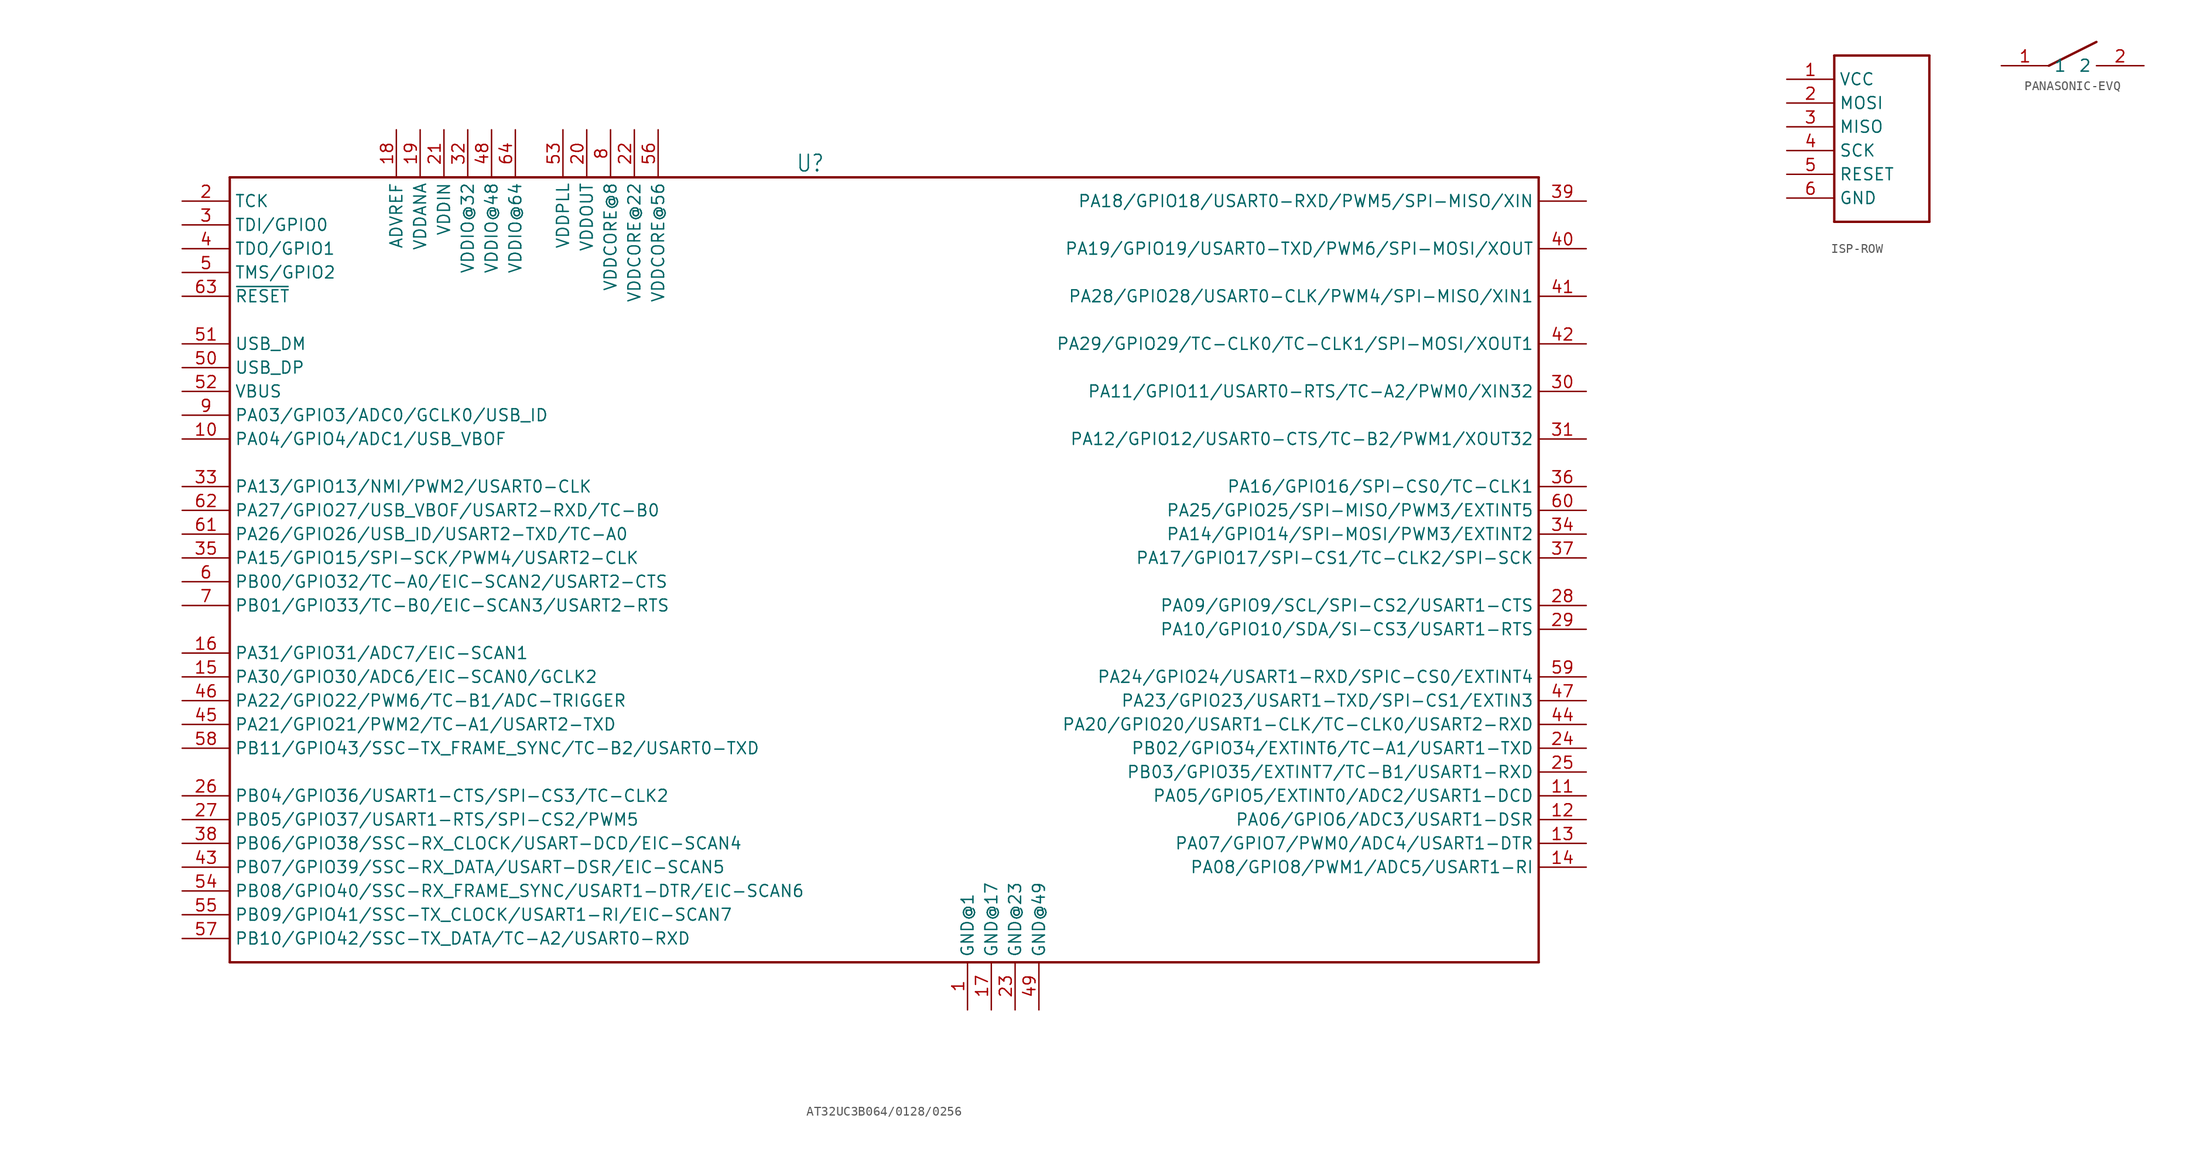
<source format=kicad_sym>
(kicad_symbol_lib
  (version 20231120)
  (generator "kicad_symbol_editor")
  (generator_version "8.0")
  (symbol "AT32UC3B064/0128/0256"
    (property "Reference" "U"
      (at -2.54 55.88 0)
      (effects (font (size 1.778 1.511)) (justify right top)))
    (property "Value" ""
      (at -10.16 -33.02 0)
      (effects (font (size 1.778 1.511)) (justify left bottom)))
    (property "ki_locked" ""
      (at 0 0 0)
      (effects (font (size 1.27 1.27))))
    (symbol "AT32UC3B064/0128/0256_1_0"
      (polyline (pts (xy -66.04 -30.48) (xy -66.04 53.34)) (stroke (width 0.254) (type solid)) (fill (type none)))
      (polyline (pts (xy -66.04 53.34) (xy 73.66 53.34)) (stroke (width 0.254) (type solid)) (fill (type none)))
      (polyline (pts (xy 73.66 -30.48) (xy -66.04 -30.48)) (stroke (width 0.254) (type solid)) (fill (type none)))
      (polyline (pts (xy 73.66 53.34) (xy 73.66 -30.48)) (stroke (width 0.254) (type solid)) (fill (type none)))
      (pin power_in line (at 12.7 -35.56 90) (length 5.08) (name "GND@1" (effects (font (size 1.27 1.27)))) (number "1" (effects (font (size 1.27 1.27)))))
      (pin bidirectional line (at -71.12 25.4 0) (length 5.08) (name "PA04/GPIO4/ADC1/USB_VBOF" (effects (font (size 1.27 1.27)))) (number "10" (effects (font (size 1.27 1.27)))))
      (pin bidirectional line (at 78.74 -12.7 180) (length 5.08) (name "PA05/GPIO5/EXTINT0/ADC2/USART1-DCD" (effects (font (size 1.27 1.27)))) (number "11" (effects (font (size 1.27 1.27)))))
      (pin input line (at 78.74 -15.24 180) (length 5.08) (name "PA06/GPIO6/ADC3/USART1-DSR" (effects (font (size 1.27 1.27)))) (number "12" (effects (font (size 1.27 1.27)))))
      (pin input line (at 78.74 -17.78 180) (length 5.08) (name "PA07/GPIO7/PWM0/ADC4/USART1-DTR" (effects (font (size 1.27 1.27)))) (number "13" (effects (font (size 1.27 1.27)))))
      (pin input line (at 78.74 -20.32 180) (length 5.08) (name "PA08/GPIO8/PWM1/ADC5/USART1-RI" (effects (font (size 1.27 1.27)))) (number "14" (effects (font (size 1.27 1.27)))))
      (pin input line (at -71.12 0 0) (length 5.08) (name "PA30/GPIO30/ADC6/EIC-SCAN0/GCLK2" (effects (font (size 1.27 1.27)))) (number "15" (effects (font (size 1.27 1.27)))))
      (pin bidirectional line (at -71.12 2.54 0) (length 5.08) (name "PA31/GPIO31/ADC7/EIC-SCAN1" (effects (font (size 1.27 1.27)))) (number "16" (effects (font (size 1.27 1.27)))))
      (pin power_in line (at 15.24 -35.56 90) (length 5.08) (name "GND@17" (effects (font (size 1.27 1.27)))) (number "17" (effects (font (size 1.27 1.27)))))
      (pin power_in line (at -48.26 58.42 270) (length 5.08) (name "ADVREF" (effects (font (size 1.27 1.27)))) (number "18" (effects (font (size 1.27 1.27)))))
      (pin power_in line (at -45.72 58.42 270) (length 5.08) (name "VDDANA" (effects (font (size 1.27 1.27)))) (number "19" (effects (font (size 1.27 1.27)))))
      (pin input line (at -71.12 50.8 0) (length 5.08) (name "TCK" (effects (font (size 1.27 1.27)))) (number "2" (effects (font (size 1.27 1.27)))))
      (pin power_in line (at -27.94 58.42 270) (length 5.08) (name "VDDOUT" (effects (font (size 1.27 1.27)))) (number "20" (effects (font (size 1.27 1.27)))))
      (pin power_in line (at -43.18 58.42 270) (length 5.08) (name "VDDIN" (effects (font (size 1.27 1.27)))) (number "21" (effects (font (size 1.27 1.27)))))
      (pin power_in line (at -22.86 58.42 270) (length 5.08) (name "VDDCORE@22" (effects (font (size 1.27 1.27)))) (number "22" (effects (font (size 1.27 1.27)))))
      (pin power_in line (at 17.78 -35.56 90) (length 5.08) (name "GND@23" (effects (font (size 1.27 1.27)))) (number "23" (effects (font (size 1.27 1.27)))))
      (pin bidirectional line (at 78.74 -7.62 180) (length 5.08) (name "PB02/GPIO34/EXTINT6/TC-A1/USART1-TXD" (effects (font (size 1.27 1.27)))) (number "24" (effects (font (size 1.27 1.27)))))
      (pin bidirectional line (at 78.74 -10.16 180) (length 5.08) (name "PB03/GPIO35/EXTINT7/TC-B1/USART1-RXD" (effects (font (size 1.27 1.27)))) (number "25" (effects (font (size 1.27 1.27)))))
      (pin bidirectional line (at -71.12 -12.7 0) (length 5.08) (name "PB04/GPIO36/USART1-CTS/SPI-CS3/TC-CLK2" (effects (font (size 1.27 1.27)))) (number "26" (effects (font (size 1.27 1.27)))))
      (pin bidirectional line (at -71.12 -15.24 0) (length 5.08) (name "PB05/GPIO37/USART1-RTS/SPI-CS2/PWM5" (effects (font (size 1.27 1.27)))) (number "27" (effects (font (size 1.27 1.27)))))
      (pin input line (at 78.74 7.62 180) (length 5.08) (name "PA09/GPIO9/SCL/SPI-CS2/USART1-CTS" (effects (font (size 1.27 1.27)))) (number "28" (effects (font (size 1.27 1.27)))))
      (pin input line (at 78.74 5.08 180) (length 5.08) (name "PA10/GPIO10/SDA/SI-CS3/USART1-RTS" (effects (font (size 1.27 1.27)))) (number "29" (effects (font (size 1.27 1.27)))))
      (pin bidirectional line (at -71.12 48.26 0) (length 5.08) (name "TDI/GPIO0" (effects (font (size 1.27 1.27)))) (number "3" (effects (font (size 1.27 1.27)))))
      (pin bidirectional line (at 78.74 30.48 180) (length 5.08) (name "PA11/GPIO11/USART0-RTS/TC-A2/PWM0/XIN32" (effects (font (size 1.27 1.27)))) (number "30" (effects (font (size 1.27 1.27)))))
      (pin bidirectional line (at 78.74 25.4 180) (length 5.08) (name "PA12/GPIO12/USART0-CTS/TC-B2/PWM1/XOUT32" (effects (font (size 1.27 1.27)))) (number "31" (effects (font (size 1.27 1.27)))))
      (pin power_in line (at -40.64 58.42 270) (length 5.08) (name "VDDIO@32" (effects (font (size 1.27 1.27)))) (number "32" (effects (font (size 1.27 1.27)))))
      (pin bidirectional line (at -71.12 20.32 0) (length 5.08) (name "PA13/GPIO13/NMI/PWM2/USART0-CLK" (effects (font (size 1.27 1.27)))) (number "33" (effects (font (size 1.27 1.27)))))
      (pin bidirectional line (at 78.74 15.24 180) (length 5.08) (name "PA14/GPIO14/SPI-MOSI/PWM3/EXTINT2" (effects (font (size 1.27 1.27)))) (number "34" (effects (font (size 1.27 1.27)))))
      (pin bidirectional line (at -71.12 12.7 0) (length 5.08) (name "PA15/GPIO15/SPI-SCK/PWM4/USART2-CLK" (effects (font (size 1.27 1.27)))) (number "35" (effects (font (size 1.27 1.27)))))
      (pin bidirectional line (at 78.74 20.32 180) (length 5.08) (name "PA16/GPIO16/SPI-CS0/TC-CLK1" (effects (font (size 1.27 1.27)))) (number "36" (effects (font (size 1.27 1.27)))))
      (pin bidirectional line (at 78.74 12.7 180) (length 5.08) (name "PA17/GPIO17/SPI-CS1/TC-CLK2/SPI-SCK" (effects (font (size 1.27 1.27)))) (number "37" (effects (font (size 1.27 1.27)))))
      (pin bidirectional line (at -71.12 -17.78 0) (length 5.08) (name "PB06/GPIO38/SSC-RX_CLOCK/USART-DCD/EIC-SCAN4" (effects (font (size 1.27 1.27)))) (number "38" (effects (font (size 1.27 1.27)))))
      (pin bidirectional line (at 78.74 50.8 180) (length 5.08) (name "PA18/GPIO18/USART0-RXD/PWM5/SPI-MISO/XIN" (effects (font (size 1.27 1.27)))) (number "39" (effects (font (size 1.27 1.27)))))
      (pin bidirectional line (at -71.12 45.72 0) (length 5.08) (name "TDO/GPIO1" (effects (font (size 1.27 1.27)))) (number "4" (effects (font (size 1.27 1.27)))))
      (pin bidirectional line (at 78.74 45.72 180) (length 5.08) (name "PA19/GPIO19/USART0-TXD/PWM6/SPI-MOSI/XOUT" (effects (font (size 1.27 1.27)))) (number "40" (effects (font (size 1.27 1.27)))))
      (pin bidirectional line (at 78.74 40.64 180) (length 5.08) (name "PA28/GPIO28/USART0-CLK/PWM4/SPI-MISO/XIN1" (effects (font (size 1.27 1.27)))) (number "41" (effects (font (size 1.27 1.27)))))
      (pin bidirectional line (at 78.74 35.56 180) (length 5.08) (name "PA29/GPIO29/TC-CLK0/TC-CLK1/SPI-MOSI/XOUT1" (effects (font (size 1.27 1.27)))) (number "42" (effects (font (size 1.27 1.27)))))
      (pin bidirectional line (at -71.12 -20.32 0) (length 5.08) (name "PB07/GPIO39/SSC-RX_DATA/USART-DSR/EIC-SCAN5" (effects (font (size 1.27 1.27)))) (number "43" (effects (font (size 1.27 1.27)))))
      (pin bidirectional line (at 78.74 -5.08 180) (length 5.08) (name "PA20/GPIO20/USART1-CLK/TC-CLK0/USART2-RXD" (effects (font (size 1.27 1.27)))) (number "44" (effects (font (size 1.27 1.27)))))
      (pin bidirectional line (at -71.12 -5.08 0) (length 5.08) (name "PA21/GPIO21/PWM2/TC-A1/USART2-TXD" (effects (font (size 1.27 1.27)))) (number "45" (effects (font (size 1.27 1.27)))))
      (pin bidirectional line (at -71.12 -2.54 0) (length 5.08) (name "PA22/GPIO22/PWM6/TC-B1/ADC-TRIGGER" (effects (font (size 1.27 1.27)))) (number "46" (effects (font (size 1.27 1.27)))))
      (pin bidirectional line (at 78.74 -2.54 180) (length 5.08) (name "PA23/GPIO23/USART1-TXD/SPI-CS1/EXTIN3" (effects (font (size 1.27 1.27)))) (number "47" (effects (font (size 1.27 1.27)))))
      (pin power_in line (at -38.1 58.42 270) (length 5.08) (name "VDDIO@48" (effects (font (size 1.27 1.27)))) (number "48" (effects (font (size 1.27 1.27)))))
      (pin power_in line (at 20.32 -35.56 90) (length 5.08) (name "GND@49" (effects (font (size 1.27 1.27)))) (number "49" (effects (font (size 1.27 1.27)))))
      (pin bidirectional line (at -71.12 43.18 0) (length 5.08) (name "TMS/GPIO2" (effects (font (size 1.27 1.27)))) (number "5" (effects (font (size 1.27 1.27)))))
      (pin bidirectional line (at -71.12 33.02 0) (length 5.08) (name "USB_DP" (effects (font (size 1.27 1.27)))) (number "50" (effects (font (size 1.27 1.27)))))
      (pin bidirectional line (at -71.12 35.56 0) (length 5.08) (name "USB_DM" (effects (font (size 1.27 1.27)))) (number "51" (effects (font (size 1.27 1.27)))))
      (pin input line (at -71.12 30.48 0) (length 5.08) (name "VBUS" (effects (font (size 1.27 1.27)))) (number "52" (effects (font (size 1.27 1.27)))))
      (pin power_in line (at -30.48 58.42 270) (length 5.08) (name "VDDPLL" (effects (font (size 1.27 1.27)))) (number "53" (effects (font (size 1.27 1.27)))))
      (pin bidirectional line (at -71.12 -22.86 0) (length 5.08) (name "PB08/GPIO40/SSC-RX_FRAME_SYNC/USART1-DTR/EIC-SCAN6" (effects (font (size 1.27 1.27)))) (number "54" (effects (font (size 1.27 1.27)))))
      (pin bidirectional line (at -71.12 -25.4 0) (length 5.08) (name "PB09/GPIO41/SSC-TX_CLOCK/USART1-RI/EIC-SCAN7" (effects (font (size 1.27 1.27)))) (number "55" (effects (font (size 1.27 1.27)))))
      (pin power_in line (at -20.32 58.42 270) (length 5.08) (name "VDDCORE@56" (effects (font (size 1.27 1.27)))) (number "56" (effects (font (size 1.27 1.27)))))
      (pin bidirectional line (at -71.12 -27.94 0) (length 5.08) (name "PB10/GPIO42/SSC-TX_DATA/TC-A2/USART0-RXD" (effects (font (size 1.27 1.27)))) (number "57" (effects (font (size 1.27 1.27)))))
      (pin bidirectional line (at -71.12 -7.62 0) (length 5.08) (name "PB11/GPIO43/SSC-TX_FRAME_SYNC/TC-B2/USART0-TXD" (effects (font (size 1.27 1.27)))) (number "58" (effects (font (size 1.27 1.27)))))
      (pin bidirectional line (at 78.74 0 180) (length 5.08) (name "PA24/GPIO24/USART1-RXD/SPIC-CS0/EXTINT4" (effects (font (size 1.27 1.27)))) (number "59" (effects (font (size 1.27 1.27)))))
      (pin bidirectional line (at -71.12 10.16 0) (length 5.08) (name "PB00/GPIO32/TC-A0/EIC-SCAN2/USART2-CTS" (effects (font (size 1.27 1.27)))) (number "6" (effects (font (size 1.27 1.27)))))
      (pin bidirectional line (at 78.74 17.78 180) (length 5.08) (name "PA25/GPIO25/SPI-MISO/PWM3/EXTINT5" (effects (font (size 1.27 1.27)))) (number "60" (effects (font (size 1.27 1.27)))))
      (pin bidirectional line (at -71.12 15.24 0) (length 5.08) (name "PA26/GPIO26/USB_ID/USART2-TXD/TC-A0" (effects (font (size 1.27 1.27)))) (number "61" (effects (font (size 1.27 1.27)))))
      (pin bidirectional line (at -71.12 17.78 0) (length 5.08) (name "PA27/GPIO27/USB_VBOF/USART2-RXD/TC-B0" (effects (font (size 1.27 1.27)))) (number "62" (effects (font (size 1.27 1.27)))))
      (pin bidirectional line (at -71.12 40.64 0) (length 5.08) (name "~{RESET}" (effects (font (size 1.27 1.27)))) (number "63" (effects (font (size 1.27 1.27)))))
      (pin power_in line (at -35.56 58.42 270) (length 5.08) (name "VDDIO@64" (effects (font (size 1.27 1.27)))) (number "64" (effects (font (size 1.27 1.27)))))
      (pin bidirectional line (at -71.12 7.62 0) (length 5.08) (name "PB01/GPIO33/TC-B0/EIC-SCAN3/USART2-RTS" (effects (font (size 1.27 1.27)))) (number "7" (effects (font (size 1.27 1.27)))))
      (pin power_in line (at -25.4 58.42 270) (length 5.08) (name "VDDCORE@8" (effects (font (size 1.27 1.27)))) (number "8" (effects (font (size 1.27 1.27)))))
      (pin bidirectional line (at -71.12 27.94 0) (length 5.08) (name "PA03/GPIO3/ADC0/GCLK0/USB_ID" (effects (font (size 1.27 1.27)))) (number "9" (effects (font (size 1.27 1.27)))))))
  (symbol "ISP-ROW"
    (property "Reference" "J"
      (at 0 0 0)
      (effects (font (size 1.27 1.27)) (hide yes)))
    (property "ki_locked" ""
      (at 0 0 0)
      (effects (font (size 1.27 1.27))))
    (symbol "ISP-ROW_1_0"
      (polyline (pts (xy -2.54 -10.16) (xy 7.62 -10.16)) (stroke (width 0.254) (type solid)) (fill (type none)))
      (polyline (pts (xy -2.54 7.62) (xy -2.54 -10.16)) (stroke (width 0.254) (type solid)) (fill (type none)))
      (polyline (pts (xy 7.62 -10.16) (xy 7.62 7.62)) (stroke (width 0.254) (type solid)) (fill (type none)))
      (polyline (pts (xy 7.62 7.62) (xy -2.54 7.62)) (stroke (width 0.254) (type solid)) (fill (type none)))
      (pin bidirectional line (at -7.62 5.08 0) (length 5.08) (name "VCC" (effects (font (size 1.27 1.27)))) (number "1" (effects (font (size 1.27 1.27)))))
      (pin bidirectional line (at -7.62 2.54 0) (length 5.08) (name "MOSI" (effects (font (size 1.27 1.27)))) (number "2" (effects (font (size 1.27 1.27)))))
      (pin bidirectional line (at -7.62 0 0) (length 5.08) (name "MISO" (effects (font (size 1.27 1.27)))) (number "3" (effects (font (size 1.27 1.27)))))
      (pin bidirectional line (at -7.62 -2.54 0) (length 5.08) (name "SCK" (effects (font (size 1.27 1.27)))) (number "4" (effects (font (size 1.27 1.27)))))
      (pin bidirectional line (at -7.62 -5.08 0) (length 5.08) (name "RESET" (effects (font (size 1.27 1.27)))) (number "5" (effects (font (size 1.27 1.27)))))
      (pin bidirectional line (at -7.62 -7.62 0) (length 5.08) (name "GND" (effects (font (size 1.27 1.27)))) (number "6" (effects (font (size 1.27 1.27)))))))
  (symbol "PANASONIC-EVQ"
    (property "Reference" ""
      (at 0 0 0)
      (effects (font (size 1.27 1.27)) (hide yes)))
    (property "ki_locked" ""
      (at 0 0 0)
      (effects (font (size 1.27 1.27))))
    (symbol "PANASONIC-EVQ_1_0"
      (polyline (pts (xy -2.54 0) (xy 2.54 2.54)) (stroke (width 0.254) (type solid)) (fill (type none)))
      (pin bidirectional line (at -7.62 0 0) (length 5.08) (name "1" (effects (font (size 1.27 1.27)))) (number "1" (effects (font (size 1.27 1.27)))))
      (pin bidirectional line (at 7.62 0 180) (length 5.08) (name "2" (effects (font (size 1.27 1.27)))) (number "2" (effects (font (size 1.27 1.27))))))))
</source>
